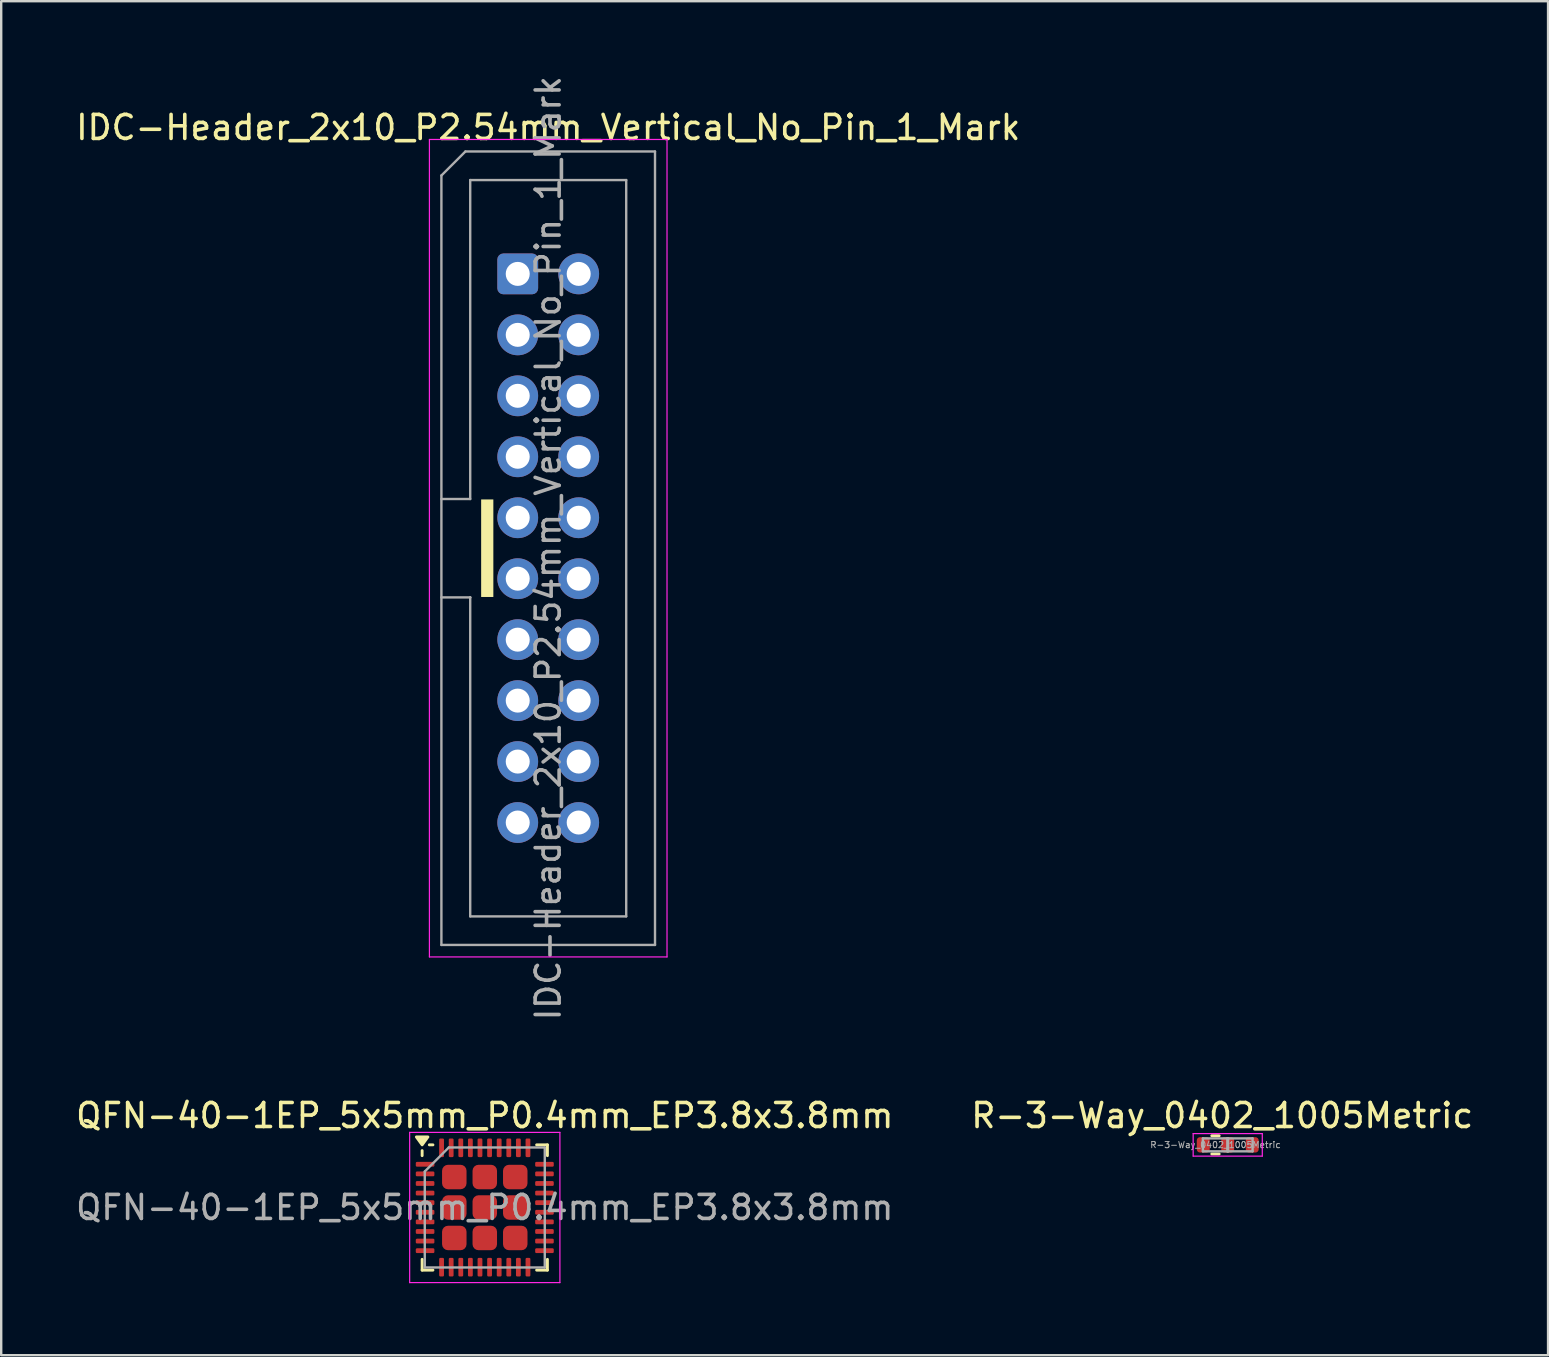
<source format=kicad_pcb>
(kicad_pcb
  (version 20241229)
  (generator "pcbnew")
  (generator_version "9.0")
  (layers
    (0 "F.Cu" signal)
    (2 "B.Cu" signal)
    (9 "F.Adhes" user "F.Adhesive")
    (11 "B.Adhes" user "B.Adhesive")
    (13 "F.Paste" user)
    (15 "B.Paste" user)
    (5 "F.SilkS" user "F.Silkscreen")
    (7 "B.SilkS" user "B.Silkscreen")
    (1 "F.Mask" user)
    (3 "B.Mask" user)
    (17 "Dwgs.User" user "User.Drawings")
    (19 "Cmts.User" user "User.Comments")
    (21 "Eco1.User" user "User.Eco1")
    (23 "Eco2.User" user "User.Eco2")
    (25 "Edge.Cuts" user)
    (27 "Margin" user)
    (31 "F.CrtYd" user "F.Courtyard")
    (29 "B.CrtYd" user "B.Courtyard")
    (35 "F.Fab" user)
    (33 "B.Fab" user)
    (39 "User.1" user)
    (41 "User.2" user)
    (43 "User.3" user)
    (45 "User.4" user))
  (footprint "IDC-Header_2x10_P2.54mm_Vertical_No_Pin_1_Mark"
    (layer "F.Cu")
    (at 18.522 8.362)
    (property "Reference" "IDC-Header_2x10_P2.54mm_Vertical_No_Pin_1_Mark" (at 1.27 -6.1 0) (layer "F.SilkS") (effects (font (size 1 1) (thickness 0.15))))
    (attr through_hole)
    (fp_rect (start -1.524 9.398) (end -1.016 13.462) (stroke (width 0) (type solid)) (fill yes) (layer "F.SilkS"))
    (fp_line (start -3.68 -5.6) (end -3.68 28.46) (stroke (width 0.05) (type solid)) (layer "F.CrtYd"))
    (fp_line (start -3.68 28.46) (end 6.22 28.46) (stroke (width 0.05) (type solid)) (layer "F.CrtYd"))
    (fp_line (start 6.22 -5.6) (end -3.68 -5.6) (stroke (width 0.05) (type solid)) (layer "F.CrtYd"))
    (fp_line (start 6.22 28.46) (end 6.22 -5.6) (stroke (width 0.05) (type solid)) (layer "F.CrtYd"))
    (fp_line (start -3.18 -4.1) (end -2.18 -5.1) (stroke (width 0.1) (type solid)) (layer "F.Fab"))
    (fp_line (start -3.18 9.38) (end -1.98 9.38) (stroke (width 0.1) (type solid)) (layer "F.Fab"))
    (fp_line (start -3.18 27.96) (end -3.18 -4.1) (stroke (width 0.1) (type solid)) (layer "F.Fab"))
    (fp_line (start -2.18 -5.1) (end 5.72 -5.1) (stroke (width 0.1) (type solid)) (layer "F.Fab"))
    (fp_line (start -1.98 -3.91) (end 4.52 -3.91) (stroke (width 0.1) (type solid)) (layer "F.Fab"))
    (fp_line (start -1.98 9.38) (end -1.98 -3.91) (stroke (width 0.1) (type solid)) (layer "F.Fab"))
    (fp_line (start -1.98 13.48) (end -3.18 13.48) (stroke (width 0.1) (type solid)) (layer "F.Fab"))
    (fp_line (start -1.98 13.48) (end -1.98 13.48) (stroke (width 0.1) (type solid)) (layer "F.Fab"))
    (fp_line (start -1.98 26.77) (end -1.98 13.48) (stroke (width 0.1) (type solid)) (layer "F.Fab"))
    (fp_line (start 4.52 -3.91) (end 4.52 26.77) (stroke (width 0.1) (type solid)) (layer "F.Fab"))
    (fp_line (start 4.52 26.77) (end -1.98 26.77) (stroke (width 0.1) (type solid)) (layer "F.Fab"))
    (fp_line (start 5.72 -5.1) (end 5.72 27.96) (stroke (width 0.1) (type solid)) (layer "F.Fab"))
    (fp_line (start 5.72 27.96) (end -3.18 27.96) (stroke (width 0.1) (type solid)) (layer "F.Fab"))
    (fp_text user "${REFERENCE}" (at 1.27 11.43 90) (layer "F.Fab") (effects (font (size 1 1) (thickness 0.15))))
    (pad "1" thru_hole roundrect (at 0 0) (size 1.7 1.7) (drill 1) (layers "*.Cu" "*.Mask") (roundrect_rratio 0.147))
    (pad "2" thru_hole circle (at 2.54 0) (size 1.7 1.7) (drill 1) (layers "*.Cu" "*.Mask"))
    (pad "3" thru_hole circle (at 0 2.54) (size 1.7 1.7) (drill 1) (layers "*.Cu" "*.Mask"))
    (pad "4" thru_hole circle (at 2.54 2.54) (size 1.7 1.7) (drill 1) (layers "*.Cu" "*.Mask"))
    (pad "5" thru_hole circle (at 0 5.08) (size 1.7 1.7) (drill 1) (layers "*.Cu" "*.Mask"))
    (pad "6" thru_hole circle (at 2.54 5.08) (size 1.7 1.7) (drill 1) (layers "*.Cu" "*.Mask"))
    (pad "7" thru_hole circle (at 0 7.62) (size 1.7 1.7) (drill 1) (layers "*.Cu" "*.Mask"))
    (pad "8" thru_hole circle (at 2.54 7.62) (size 1.7 1.7) (drill 1) (layers "*.Cu" "*.Mask"))
    (pad "9" thru_hole circle (at 0 10.16) (size 1.7 1.7) (drill 1) (layers "*.Cu" "*.Mask"))
    (pad "10" thru_hole circle (at 2.54 10.16) (size 1.7 1.7) (drill 1) (layers "*.Cu" "*.Mask"))
    (pad "11" thru_hole circle (at 0 12.7) (size 1.7 1.7) (drill 1) (layers "*.Cu" "*.Mask"))
    (pad "12" thru_hole circle (at 2.54 12.7) (size 1.7 1.7) (drill 1) (layers "*.Cu" "*.Mask"))
    (pad "13" thru_hole circle (at 0 15.24) (size 1.7 1.7) (drill 1) (layers "*.Cu" "*.Mask"))
    (pad "14" thru_hole circle (at 2.54 15.24) (size 1.7 1.7) (drill 1) (layers "*.Cu" "*.Mask"))
    (pad "15" thru_hole circle (at 0 17.78) (size 1.7 1.7) (drill 1) (layers "*.Cu" "*.Mask"))
    (pad "16" thru_hole circle (at 2.54 17.78) (size 1.7 1.7) (drill 1) (layers "*.Cu" "*.Mask"))
    (pad "17" thru_hole circle (at 0 20.32) (size 1.7 1.7) (drill 1) (layers "*.Cu" "*.Mask"))
    (pad "18" thru_hole circle (at 2.54 20.32) (size 1.7 1.7) (drill 1) (layers "*.Cu" "*.Mask"))
    (pad "19" thru_hole circle (at 0 22.86) (size 1.7 1.7) (drill 1) (layers "*.Cu" "*.Mask"))
    (pad "20" thru_hole circle (at 2.54 22.86) (size 1.7 1.7) (drill 1) (layers "*.Cu" "*.Mask")))
  (footprint "R-3-Way_0402_1005Metric"
    (layer "F.Cu")
    (at 47.595 44.652)
    (property "Reference" "R-3-Way_0402_1005Metric" (at 0.28 -1.22 0) (layer "F.SilkS") (effects (font (size 1 1) (thickness 0.15))))
    (attr smd)
    (fp_line (start -0.154 -0.38) (end 0.154 -0.38) (stroke (width 0.12) (type solid)) (layer "F.SilkS"))
    (fp_line (start -0.154 0.38) (end 0.154 0.38) (stroke (width 0.12) (type solid)) (layer "F.SilkS"))
    (fp_line (start -0.93 -0.47) (end 1.95 -0.47) (stroke (width 0.05) (type solid)) (layer "F.CrtYd"))
    (fp_line (start -0.93 0.47) (end -0.93 -0.47) (stroke (width 0.05) (type solid)) (layer "F.CrtYd"))
    (fp_line (start 1.95 -0.47) (end 1.95 0.47) (stroke (width 0.05) (type solid)) (layer "F.CrtYd"))
    (fp_line (start 1.95 0.47) (end -0.93 0.47) (stroke (width 0.05) (type solid)) (layer "F.CrtYd"))
    (fp_line (start -0.525 -0.27) (end 0.525 -0.27) (stroke (width 0.1) (type solid)) (layer "F.Fab"))
    (fp_line (start -0.525 0.27) (end -0.525 -0.27) (stroke (width 0.1) (type solid)) (layer "F.Fab"))
    (fp_line (start 0.495 -0.27) (end 1.545 -0.27) (stroke (width 0.1) (type solid)) (layer "F.Fab"))
    (fp_line (start 0.495 0.27) (end 0.495 -0.27) (stroke (width 0.1) (type solid)) (layer "F.Fab"))
    (fp_line (start 0.525 -0.27) (end 0.525 0.27) (stroke (width 0.1) (type solid)) (layer "F.Fab"))
    (fp_line (start 0.525 0.27) (end -0.525 0.27) (stroke (width 0.1) (type solid)) (layer "F.Fab"))
    (fp_line (start 1.545 -0.27) (end 1.545 0.27) (stroke (width 0.1) (type solid)) (layer "F.Fab"))
    (fp_line (start 1.545 0.27) (end 0.495 0.27) (stroke (width 0.1) (type solid)) (layer "F.Fab"))
    (fp_text user "${REFERENCE}" (at 0 0 0) (layer "F.Fab") (effects (font (size 0.26 0.26) (thickness 0.04))))
    (pad "1" smd roundrect (at -0.51 0) (size 0.54 0.64) (layers "F.Cu" "F.Mask" "F.Paste") (roundrect_rratio 0.25))
    (pad "2" smd roundrect (at 0.51 0) (size 0.54 0.64) (layers "F.Cu" "F.Mask" "F.Paste") (roundrect_rratio 0.25))
    (pad "3" smd roundrect (at 1.53 0) (size 0.54 0.64) (layers "F.Cu" "F.Mask") (roundrect_rratio 0.25)))
  (footprint "QFN-40-1EP_5x5mm_P0.4mm_EP3.8x3.8mm"
    (layer "F.Cu")
    (at 17.149 47.262)
    (property "Reference" "QFN-40-1EP_5x5mm_P0.4mm_EP3.8x3.8mm" (at 0 -3.83 0) (layer "F.SilkS") (effects (font (size 1 1) (thickness 0.15))))
    (attr smd)
    (fp_line (start -2.61 -2.16) (end -2.61 -2.37) (stroke (width 0.12) (type solid)) (layer "F.SilkS"))
    (fp_line (start -2.61 2.61) (end -2.61 2.16) (stroke (width 0.12) (type solid)) (layer "F.SilkS"))
    (fp_line (start -2.16 -2.61) (end -2.31 -2.61) (stroke (width 0.12) (type solid)) (layer "F.SilkS"))
    (fp_line (start -2.16 2.61) (end -2.61 2.61) (stroke (width 0.12) (type solid)) (layer "F.SilkS"))
    (fp_line (start 2.16 -2.61) (end 2.61 -2.61) (stroke (width 0.12) (type solid)) (layer "F.SilkS"))
    (fp_line (start 2.16 2.61) (end 2.61 2.61) (stroke (width 0.12) (type solid)) (layer "F.SilkS"))
    (fp_line (start 2.61 -2.61) (end 2.61 -2.16) (stroke (width 0.12) (type solid)) (layer "F.SilkS"))
    (fp_line (start 2.61 2.61) (end 2.61 2.16) (stroke (width 0.12) (type solid)) (layer "F.SilkS"))
    (fp_poly (pts (xy -2.61 -2.61) (xy -2.85 -2.94) (xy -2.37 -2.94) (xy -2.61 -2.61)) (stroke (width 0.12) (type solid)) (fill yes) (layer "F.SilkS"))
    (fp_line (start -3.13 -3.13) (end -3.13 3.13) (stroke (width 0.05) (type solid)) (layer "F.CrtYd"))
    (fp_line (start -3.13 3.13) (end 3.13 3.13) (stroke (width 0.05) (type solid)) (layer "F.CrtYd"))
    (fp_line (start 3.13 -3.13) (end -3.13 -3.13) (stroke (width 0.05) (type solid)) (layer "F.CrtYd"))
    (fp_line (start 3.13 3.13) (end 3.13 -3.13) (stroke (width 0.05) (type solid)) (layer "F.CrtYd"))
    (fp_line (start -2.5 -1.5) (end -1.5 -2.5) (stroke (width 0.1) (type solid)) (layer "F.Fab"))
    (fp_line (start -2.5 2.5) (end -2.5 -1.5) (stroke (width 0.1) (type solid)) (layer "F.Fab"))
    (fp_line (start -1.5 -2.5) (end 2.5 -2.5) (stroke (width 0.1) (type solid)) (layer "F.Fab"))
    (fp_line (start 2.5 -2.5) (end 2.5 2.5) (stroke (width 0.1) (type solid)) (layer "F.Fab"))
    (fp_line (start 2.5 2.5) (end -2.5 2.5) (stroke (width 0.1) (type solid)) (layer "F.Fab"))
    (fp_text user "${REFERENCE}" (at 0 0 0) (layer "F.Fab") (effects (font (size 1 1) (thickness 0.15))))
    (pad "" smd roundrect (at -1.27 -1.27) (size 1.02 1.02) (layers "F.Paste") (roundrect_rratio 0.245))
    (pad "" smd roundrect (at -1.27 0) (size 1.02 1.02) (layers "F.Paste") (roundrect_rratio 0.245))
    (pad "" smd roundrect (at -1.27 1.27) (size 1.02 1.02) (layers "F.Paste") (roundrect_rratio 0.245))
    (pad "" smd roundrect (at 0 -1.27) (size 1.02 1.02) (layers "F.Paste") (roundrect_rratio 0.245))
    (pad "" smd roundrect (at 0 0) (size 1.02 1.02) (layers "F.Paste") (roundrect_rratio 0.245))
    (pad "" smd roundrect (at 0 1.27) (size 1.02 1.02) (layers "F.Paste") (roundrect_rratio 0.245))
    (pad "" smd roundrect (at 1.27 -1.27) (size 1.02 1.02) (layers "F.Paste") (roundrect_rratio 0.245))
    (pad "" smd roundrect (at 1.27 0) (size 1.02 1.02) (layers "F.Paste") (roundrect_rratio 0.245))
    (pad "" smd roundrect (at 1.27 1.27) (size 1.02 1.02) (layers "F.Paste") (roundrect_rratio 0.245))
    (pad "1" smd roundrect (at -2.487 -1.8) (size 0.775 0.2) (layers "F.Cu" "F.Mask" "F.Paste") (roundrect_rratio 0.25))
    (pad "2" smd roundrect (at -2.487 -1.4) (size 0.775 0.2) (layers "F.Cu" "F.Mask" "F.Paste") (roundrect_rratio 0.25))
    (pad "3" smd roundrect (at -2.487 -1) (size 0.775 0.2) (layers "F.Cu" "F.Mask" "F.Paste") (roundrect_rratio 0.25))
    (pad "4" smd roundrect (at -2.487 -0.6) (size 0.775 0.2) (layers "F.Cu" "F.Mask" "F.Paste") (roundrect_rratio 0.25))
    (pad "5" smd roundrect (at -2.487 -0.2) (size 0.775 0.2) (layers "F.Cu" "F.Mask" "F.Paste") (roundrect_rratio 0.25))
    (pad "6" smd roundrect (at -2.487 0.2) (size 0.775 0.2) (layers "F.Cu" "F.Mask" "F.Paste") (roundrect_rratio 0.25))
    (pad "7" smd roundrect (at -2.487 0.6) (size 0.775 0.2) (layers "F.Cu" "F.Mask" "F.Paste") (roundrect_rratio 0.25))
    (pad "8" smd roundrect (at -2.487 1) (size 0.775 0.2) (layers "F.Cu" "F.Mask" "F.Paste") (roundrect_rratio 0.25))
    (pad "9" smd roundrect (at -2.487 1.4) (size 0.775 0.2) (layers "F.Cu" "F.Mask" "F.Paste") (roundrect_rratio 0.25))
    (pad "10" smd roundrect (at -2.487 1.8) (size 0.775 0.2) (layers "F.Cu" "F.Mask" "F.Paste") (roundrect_rratio 0.25))
    (pad "11" smd roundrect (at -1.8 2.487) (size 0.2 0.775) (layers "F.Cu" "F.Mask" "F.Paste") (roundrect_rratio 0.25))
    (pad "12" smd roundrect (at -1.4 2.487) (size 0.2 0.775) (layers "F.Cu" "F.Mask" "F.Paste") (roundrect_rratio 0.25))
    (pad "13" smd roundrect (at -1 2.487) (size 0.2 0.775) (layers "F.Cu" "F.Mask" "F.Paste") (roundrect_rratio 0.25))
    (pad "14" smd roundrect (at -0.6 2.487) (size 0.2 0.775) (layers "F.Cu" "F.Mask" "F.Paste") (roundrect_rratio 0.25))
    (pad "15" smd roundrect (at -0.2 2.487) (size 0.2 0.775) (layers "F.Cu" "F.Mask" "F.Paste") (roundrect_rratio 0.25))
    (pad "16" smd roundrect (at 0.2 2.487) (size 0.2 0.775) (layers "F.Cu" "F.Mask" "F.Paste") (roundrect_rratio 0.25))
    (pad "17" smd roundrect (at 0.6 2.487) (size 0.2 0.775) (layers "F.Cu" "F.Mask" "F.Paste") (roundrect_rratio 0.25))
    (pad "18" smd roundrect (at 1 2.487) (size 0.2 0.775) (layers "F.Cu" "F.Mask" "F.Paste") (roundrect_rratio 0.25))
    (pad "19" smd roundrect (at 1.4 2.487) (size 0.2 0.775) (layers "F.Cu" "F.Mask" "F.Paste") (roundrect_rratio 0.25))
    (pad "20" smd roundrect (at 1.8 2.487) (size 0.2 0.775) (layers "F.Cu" "F.Mask" "F.Paste") (roundrect_rratio 0.25))
    (pad "21" smd roundrect (at 2.487 1.8) (size 0.775 0.2) (layers "F.Cu" "F.Mask" "F.Paste") (roundrect_rratio 0.25))
    (pad "22" smd roundrect (at 2.487 1.4) (size 0.775 0.2) (layers "F.Cu" "F.Mask" "F.Paste") (roundrect_rratio 0.25))
    (pad "23" smd roundrect (at 2.487 1) (size 0.775 0.2) (layers "F.Cu" "F.Mask" "F.Paste") (roundrect_rratio 0.25))
    (pad "24" smd roundrect (at 2.487 0.6) (size 0.775 0.2) (layers "F.Cu" "F.Mask" "F.Paste") (roundrect_rratio 0.25))
    (pad "25" smd roundrect (at 2.487 0.2) (size 0.775 0.2) (layers "F.Cu" "F.Mask" "F.Paste") (roundrect_rratio 0.25))
    (pad "26" smd roundrect (at 2.487 -0.2) (size 0.775 0.2) (layers "F.Cu" "F.Mask" "F.Paste") (roundrect_rratio 0.25))
    (pad "27" smd roundrect (at 2.487 -0.6) (size 0.775 0.2) (layers "F.Cu" "F.Mask" "F.Paste") (roundrect_rratio 0.25))
    (pad "28" smd roundrect (at 2.487 -1) (size 0.775 0.2) (layers "F.Cu" "F.Mask" "F.Paste") (roundrect_rratio 0.25))
    (pad "29" smd roundrect (at 2.487 -1.4) (size 0.775 0.2) (layers "F.Cu" "F.Mask" "F.Paste") (roundrect_rratio 0.25))
    (pad "30" smd roundrect (at 2.487 -1.8) (size 0.775 0.2) (layers "F.Cu" "F.Mask" "F.Paste") (roundrect_rratio 0.25))
    (pad "31" smd roundrect (at 1.8 -2.487) (size 0.2 0.775) (layers "F.Cu" "F.Mask" "F.Paste") (roundrect_rratio 0.25))
    (pad "32" smd roundrect (at 1.4 -2.487) (size 0.2 0.775) (layers "F.Cu" "F.Mask" "F.Paste") (roundrect_rratio 0.25))
    (pad "33" smd roundrect (at 1 -2.487) (size 0.2 0.775) (layers "F.Cu" "F.Mask" "F.Paste") (roundrect_rratio 0.25))
    (pad "34" smd roundrect (at 0.6 -2.487) (size 0.2 0.775) (layers "F.Cu" "F.Mask" "F.Paste") (roundrect_rratio 0.25))
    (pad "35" smd roundrect (at 0.2 -2.487) (size 0.2 0.775) (layers "F.Cu" "F.Mask" "F.Paste") (roundrect_rratio 0.25))
    (pad "36" smd roundrect (at -0.2 -2.487) (size 0.2 0.775) (layers "F.Cu" "F.Mask" "F.Paste") (roundrect_rratio 0.25))
    (pad "37" smd roundrect (at -0.6 -2.487) (size 0.2 0.775) (layers "F.Cu" "F.Mask" "F.Paste") (roundrect_rratio 0.25))
    (pad "38" smd roundrect (at -1 -2.487) (size 0.2 0.775) (layers "F.Cu" "F.Mask" "F.Paste") (roundrect_rratio 0.25))
    (pad "39" smd roundrect (at -1.4 -2.487) (size 0.2 0.775) (layers "F.Cu" "F.Mask" "F.Paste") (roundrect_rratio 0.25))
    (pad "40" smd roundrect (at -1.8 -2.487) (size 0.2 0.775) (layers "F.Cu" "F.Mask" "F.Paste") (roundrect_rratio 0.25))
    (pad "41" smd roundrect (at -1.27 -1.27) (size 1.02 1.02) (layers "F.Cu" "F.Mask" "F.Paste") (roundrect_rratio 0.245))
    (pad "41" smd roundrect (at -1.27 0) (size 1.02 1.02) (layers "F.Cu" "F.Mask" "F.Paste") (roundrect_rratio 0.245))
    (pad "41" smd roundrect (at -1.27 1.27) (size 1.02 1.02) (layers "F.Cu" "F.Mask" "F.Paste") (roundrect_rratio 0.245))
    (pad "41" smd roundrect (at 0 -1.27) (size 1.02 1.02) (layers "F.Cu" "F.Mask" "F.Paste") (roundrect_rratio 0.245))
    (pad "41" smd roundrect (at 0 0) (size 1.02 1.02) (layers "F.Cu" "F.Mask" "F.Paste") (roundrect_rratio 0.245))
    (pad "41" smd roundrect (at 0 1.27) (size 1.02 1.02) (layers "F.Cu" "F.Mask" "F.Paste") (roundrect_rratio 0.245))
    (pad "41" smd roundrect (at 1.27 -1.27) (size 1.02 1.02) (layers "F.Cu" "F.Mask" "F.Paste") (roundrect_rratio 0.245))
    (pad "41" smd roundrect (at 1.27 0) (size 1.02 1.02) (layers "F.Cu" "F.Mask" "F.Paste") (roundrect_rratio 0.245))
    (pad "41" smd roundrect (at 1.27 1.27) (size 1.02 1.02) (layers "F.Cu" "F.Mask" "F.Paste") (roundrect_rratio 0.245)))
  (gr_rect
    (start -3 -3)
    (end 61.452 53.417)
    (stroke (width 0.1) (type default))
    (fill no)
    (layer "Edge.Cuts")))
</source>
